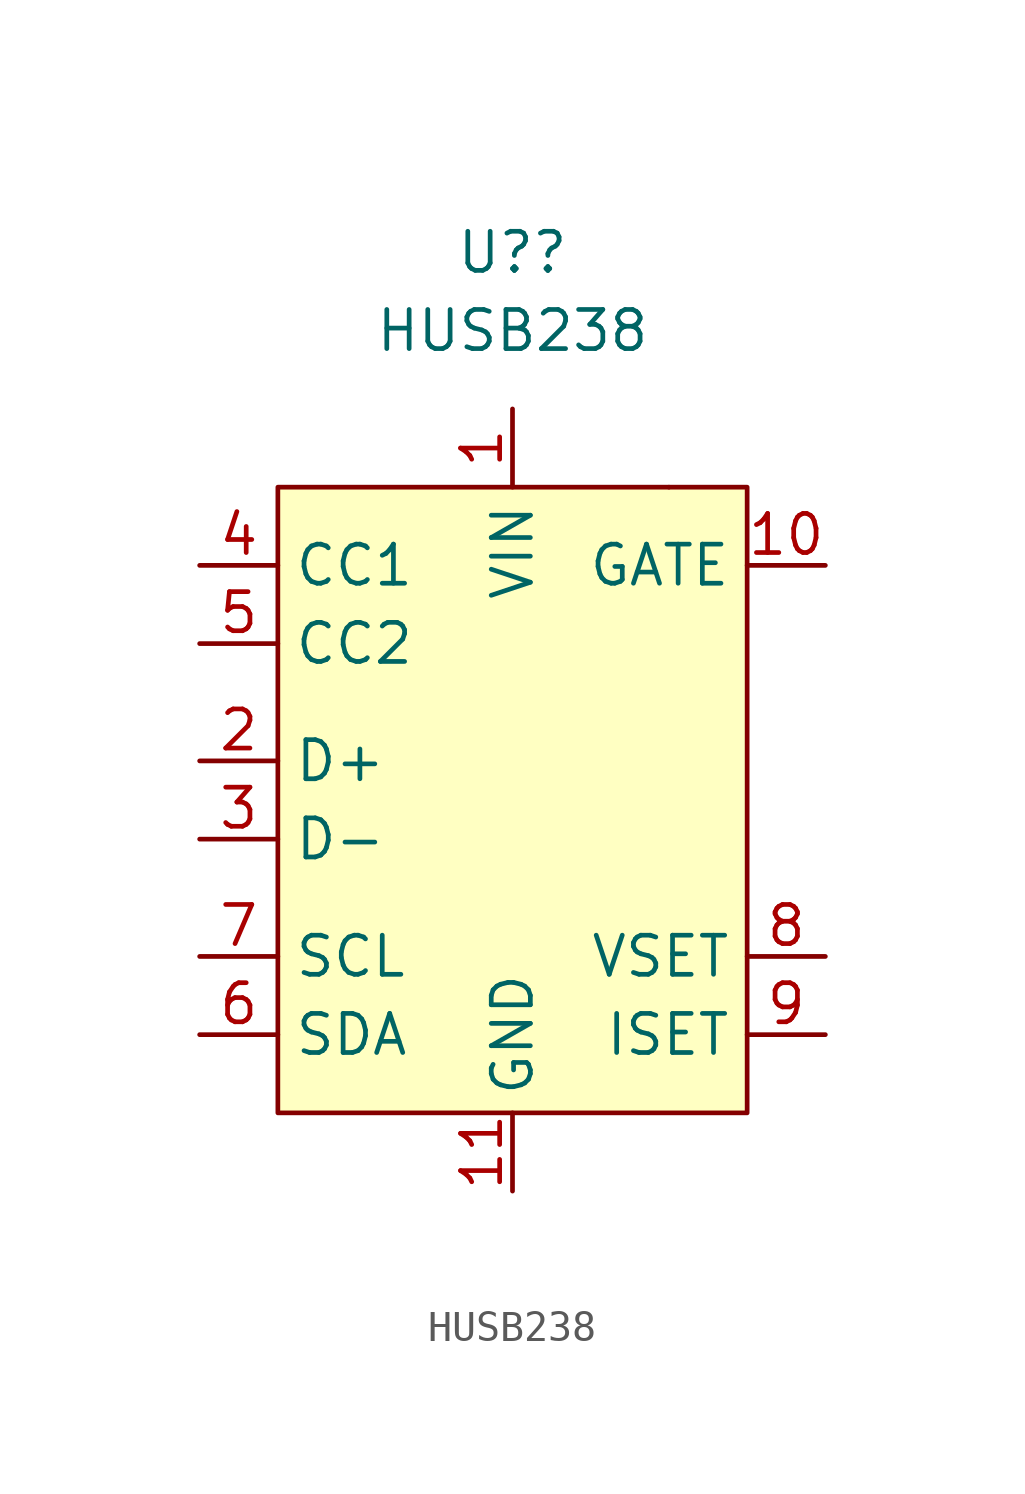
<source format=kicad_sym>
(kicad_symbol_lib
  (version 20211014)
  (generator kicad_symbol_editor)
  (symbol "jtk_rf:HUSB238"
    (property "Reference" "U?"
      (at 0 17.78 0)
      (effects (font (size 1.27 1.27))))
    (property "Value" "HUSB238"
      (at 0 15.24 0)
      (effects (font (size 1.27 1.27))))
    (symbol "HUSB238_0_1"
      (rectangle (start 5.08 10.16) (end 5.08 10.16) (stroke (width 0.152)) (fill (type none)))
      (rectangle (start -7.62 10.16) (end 7.62 -10.16) (stroke (width 0.152)) (fill (type background))))
    (symbol "HUSB238_1_1"
      (pin power_in line (at 0 12.7 270) (length 2.54) (name "VIN" (effects (font (size 1.27 1.27)))) (number "1" (effects (font (size 1.27 1.27)))))
      (pin output line (at 10.16 7.62 180) (length 2.54) (name "GATE" (effects (font (size 1.27 1.27)))) (number "10" (effects (font (size 1.27 1.27)))))
      (pin power_in line (at 0 -12.7 90) (length 2.54) (name "GND" (effects (font (size 1.27 1.27)))) (number "11" (effects (font (size 1.27 1.27)))))
      (pin bidirectional line (at -10.16 1.27 0) (length 2.54) (name "D+" (effects (font (size 1.27 1.27)))) (number "2" (effects (font (size 1.27 1.27)))))
      (pin bidirectional line (at -10.16 -1.27 0) (length 2.54) (name "D-" (effects (font (size 1.27 1.27)))) (number "3" (effects (font (size 1.27 1.27)))))
      (pin bidirectional line (at -10.16 7.62 0) (length 2.54) (name "CC1" (effects (font (size 1.27 1.27)))) (number "4" (effects (font (size 1.27 1.27)))))
      (pin bidirectional line (at -10.16 5.08 0) (length 2.54) (name "CC2" (effects (font (size 1.27 1.27)))) (number "5" (effects (font (size 1.27 1.27)))))
      (pin open_collector line (at -10.16 -7.62 0) (length 2.54) (name "SDA" (effects (font (size 1.27 1.27)))) (number "6" (effects (font (size 1.27 1.27)))))
      (pin open_collector line (at -10.16 -5.08 0) (length 2.54) (name "SCL" (effects (font (size 1.27 1.27)))) (number "7" (effects (font (size 1.27 1.27)))))
      (pin output line (at 10.16 -5.08 180) (length 2.54) (name "VSET" (effects (font (size 1.27 1.27)))) (number "8" (effects (font (size 1.27 1.27)))))
      (pin output line (at 10.16 -7.62 180) (length 2.54) (name "ISET" (effects (font (size 1.27 1.27)))) (number "9" (effects (font (size 1.27 1.27))))))))
</source>
